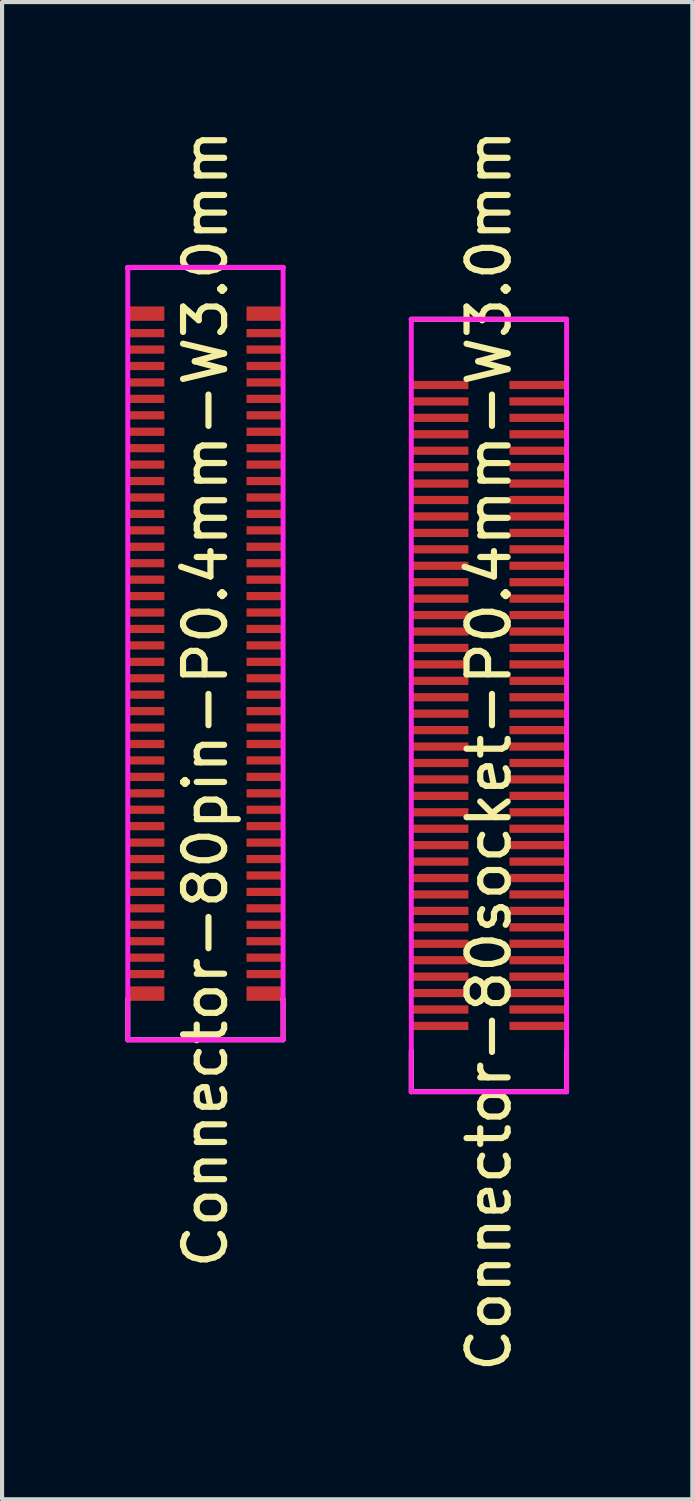
<source format=kicad_pcb>
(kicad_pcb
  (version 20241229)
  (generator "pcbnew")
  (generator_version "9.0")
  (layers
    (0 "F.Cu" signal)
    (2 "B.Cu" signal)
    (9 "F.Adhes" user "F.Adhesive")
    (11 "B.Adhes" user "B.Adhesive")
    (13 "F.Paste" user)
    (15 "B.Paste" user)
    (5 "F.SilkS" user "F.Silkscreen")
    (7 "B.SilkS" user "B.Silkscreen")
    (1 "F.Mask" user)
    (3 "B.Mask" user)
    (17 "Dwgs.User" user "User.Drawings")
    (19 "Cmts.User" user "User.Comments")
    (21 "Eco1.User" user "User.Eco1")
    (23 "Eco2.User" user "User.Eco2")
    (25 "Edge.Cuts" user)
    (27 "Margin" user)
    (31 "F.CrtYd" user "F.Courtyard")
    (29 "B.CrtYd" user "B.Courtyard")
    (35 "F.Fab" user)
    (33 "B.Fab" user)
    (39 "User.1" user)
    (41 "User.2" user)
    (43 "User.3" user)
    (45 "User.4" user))
  (footprint "Connector-80pin-P0.4mm-W3.0mm"
    (layer "F.Cu")
    (at 1.95 12.858)
    (property "Reference" "Connector-80pin-P0.4mm-W3.0mm" (at 0 1.1 270) (layer "F.SilkS") (effects (font (size 1 1) (thickness 0.15))))
    (attr smd)
    (fp_line (start -1.89 -9.4) (end 1.89 -9.4) (stroke (width 0.12) (type solid)) (layer "F.SilkS"))
    (fp_line (start -1.89 9.4) (end -1.89 8.4) (stroke (width 0.12) (type solid)) (layer "F.SilkS"))
    (fp_line (start -1.89 9.4) (end 1.89 9.4) (stroke (width 0.12) (type solid)) (layer "F.SilkS"))
    (fp_line (start 1.89 9.4) (end 1.89 8.4) (stroke (width 0.12) (type solid)) (layer "F.SilkS"))
    (fp_line (start -1.89 -9.4) (end 1.89 -9.4) (stroke (width 0.12) (type solid)) (layer "F.CrtYd"))
    (fp_line (start -1.89 9.4) (end -1.89 -9.4) (stroke (width 0.12) (type solid)) (layer "F.CrtYd"))
    (fp_line (start 1.89 -9.4) (end 1.89 9.4) (stroke (width 0.12) (type solid)) (layer "F.CrtYd"))
    (fp_line (start 1.89 9.4) (end -1.89 9.4) (stroke (width 0.12) (type solid)) (layer "F.CrtYd"))
    (pad "1" smd rect (at -1.445 -7.8 270) (size 0.2 0.89) (layers "F.Cu" "F.Mask" "F.Paste"))
    (pad "2" smd rect (at 1.445 -7.8 270) (size 0.2 0.89) (layers "F.Cu" "F.Mask" "F.Paste"))
    (pad "3" smd rect (at -1.445 -7.4 270) (size 0.2 0.89) (layers "F.Cu" "F.Mask" "F.Paste"))
    (pad "4" smd rect (at 1.445 -7.4 270) (size 0.2 0.89) (layers "F.Cu" "F.Mask" "F.Paste"))
    (pad "5" smd rect (at -1.445 -7 270) (size 0.2 0.89) (layers "F.Cu" "F.Mask" "F.Paste"))
    (pad "6" smd rect (at 1.445 -7 270) (size 0.2 0.89) (layers "F.Cu" "F.Mask" "F.Paste"))
    (pad "7" smd rect (at -1.445 -6.6 270) (size 0.2 0.89) (layers "F.Cu" "F.Mask" "F.Paste"))
    (pad "8" smd rect (at 1.445 -6.6 270) (size 0.2 0.89) (layers "F.Cu" "F.Mask" "F.Paste"))
    (pad "9" smd rect (at -1.445 -6.2 270) (size 0.2 0.89) (layers "F.Cu" "F.Mask" "F.Paste"))
    (pad "10" smd rect (at 1.445 -6.2 270) (size 0.2 0.89) (layers "F.Cu" "F.Mask" "F.Paste"))
    (pad "11" smd rect (at -1.445 -5.8 270) (size 0.2 0.89) (layers "F.Cu" "F.Mask" "F.Paste"))
    (pad "12" smd rect (at 1.445 -5.8 270) (size 0.2 0.89) (layers "F.Cu" "F.Mask" "F.Paste"))
    (pad "13" smd rect (at -1.445 -5.4 270) (size 0.2 0.89) (layers "F.Cu" "F.Mask" "F.Paste"))
    (pad "14" smd rect (at 1.445 -5.4 270) (size 0.2 0.89) (layers "F.Cu" "F.Mask" "F.Paste"))
    (pad "15" smd rect (at -1.445 -5 270) (size 0.2 0.89) (layers "F.Cu" "F.Mask" "F.Paste"))
    (pad "16" smd rect (at 1.445 -5 270) (size 0.2 0.89) (layers "F.Cu" "F.Mask" "F.Paste"))
    (pad "17" smd rect (at -1.445 -4.6 270) (size 0.2 0.89) (layers "F.Cu" "F.Mask" "F.Paste"))
    (pad "18" smd rect (at 1.445 -4.6 270) (size 0.2 0.89) (layers "F.Cu" "F.Mask" "F.Paste"))
    (pad "19" smd rect (at -1.445 -4.2 270) (size 0.2 0.89) (layers "F.Cu" "F.Mask" "F.Paste"))
    (pad "20" smd rect (at 1.445 -4.2 270) (size 0.2 0.89) (layers "F.Cu" "F.Mask" "F.Paste"))
    (pad "21" smd rect (at -1.445 -3.8 270) (size 0.2 0.89) (layers "F.Cu" "F.Mask" "F.Paste"))
    (pad "22" smd rect (at 1.445 -3.8 270) (size 0.2 0.89) (layers "F.Cu" "F.Mask" "F.Paste"))
    (pad "23" smd rect (at -1.445 -3.4 270) (size 0.2 0.89) (layers "F.Cu" "F.Mask" "F.Paste"))
    (pad "24" smd rect (at 1.445 -3.4 270) (size 0.2 0.89) (layers "F.Cu" "F.Mask" "F.Paste"))
    (pad "25" smd rect (at -1.445 -3 270) (size 0.2 0.89) (layers "F.Cu" "F.Mask" "F.Paste"))
    (pad "26" smd rect (at 1.445 -3 270) (size 0.2 0.89) (layers "F.Cu" "F.Mask" "F.Paste"))
    (pad "27" smd rect (at -1.445 -2.6 270) (size 0.2 0.89) (layers "F.Cu" "F.Mask" "F.Paste"))
    (pad "28" smd rect (at 1.445 -2.6 270) (size 0.2 0.89) (layers "F.Cu" "F.Mask" "F.Paste"))
    (pad "29" smd rect (at -1.445 -2.2 270) (size 0.2 0.89) (layers "F.Cu" "F.Mask" "F.Paste"))
    (pad "30" smd rect (at 1.445 -2.2 270) (size 0.2 0.89) (layers "F.Cu" "F.Mask" "F.Paste"))
    (pad "31" smd rect (at -1.445 -1.8 270) (size 0.2 0.89) (layers "F.Cu" "F.Mask" "F.Paste"))
    (pad "32" smd rect (at 1.445 -1.8 270) (size 0.2 0.89) (layers "F.Cu" "F.Mask" "F.Paste"))
    (pad "33" smd rect (at -1.445 -1.4 270) (size 0.2 0.89) (layers "F.Cu" "F.Mask" "F.Paste"))
    (pad "34" smd rect (at 1.445 -1.4 270) (size 0.2 0.89) (layers "F.Cu" "F.Mask" "F.Paste"))
    (pad "35" smd rect (at -1.445 -1 270) (size 0.2 0.89) (layers "F.Cu" "F.Mask" "F.Paste"))
    (pad "36" smd rect (at 1.445 -1 270) (size 0.2 0.89) (layers "F.Cu" "F.Mask" "F.Paste"))
    (pad "37" smd rect (at -1.445 -0.6 270) (size 0.2 0.89) (layers "F.Cu" "F.Mask" "F.Paste"))
    (pad "38" smd rect (at 1.445 -0.6 270) (size 0.2 0.89) (layers "F.Cu" "F.Mask" "F.Paste"))
    (pad "39" smd rect (at -1.445 -0.2 270) (size 0.2 0.89) (layers "F.Cu" "F.Mask" "F.Paste"))
    (pad "40" smd rect (at 1.445 -0.2 270) (size 0.2 0.89) (layers "F.Cu" "F.Mask" "F.Paste"))
    (pad "41" smd rect (at -1.445 0.2 270) (size 0.2 0.89) (layers "F.Cu" "F.Mask" "F.Paste"))
    (pad "42" smd rect (at 1.445 0.2 270) (size 0.2 0.89) (layers "F.Cu" "F.Mask" "F.Paste"))
    (pad "43" smd rect (at -1.445 0.6 270) (size 0.2 0.89) (layers "F.Cu" "F.Mask" "F.Paste"))
    (pad "44" smd rect (at 1.445 0.6 270) (size 0.2 0.89) (layers "F.Cu" "F.Mask" "F.Paste"))
    (pad "45" smd rect (at -1.445 1 270) (size 0.2 0.89) (layers "F.Cu" "F.Mask" "F.Paste"))
    (pad "46" smd rect (at 1.445 1 270) (size 0.2 0.89) (layers "F.Cu" "F.Mask" "F.Paste"))
    (pad "47" smd rect (at -1.445 1.4 270) (size 0.2 0.89) (layers "F.Cu" "F.Mask" "F.Paste"))
    (pad "48" smd rect (at 1.445 1.4 270) (size 0.2 0.89) (layers "F.Cu" "F.Mask" "F.Paste"))
    (pad "49" smd rect (at -1.445 1.8 270) (size 0.2 0.89) (layers "F.Cu" "F.Mask" "F.Paste"))
    (pad "50" smd rect (at 1.445 1.8 270) (size 0.2 0.89) (layers "F.Cu" "F.Mask" "F.Paste"))
    (pad "51" smd rect (at -1.445 2.2 270) (size 0.2 0.89) (layers "F.Cu" "F.Mask" "F.Paste"))
    (pad "52" smd rect (at 1.445 2.2 270) (size 0.2 0.89) (layers "F.Cu" "F.Mask" "F.Paste"))
    (pad "53" smd rect (at -1.445 2.6 270) (size 0.2 0.89) (layers "F.Cu" "F.Mask" "F.Paste"))
    (pad "54" smd rect (at 1.445 2.6 270) (size 0.2 0.89) (layers "F.Cu" "F.Mask" "F.Paste"))
    (pad "55" smd rect (at -1.445 3 270) (size 0.2 0.89) (layers "F.Cu" "F.Mask" "F.Paste"))
    (pad "56" smd rect (at 1.445 3 270) (size 0.2 0.89) (layers "F.Cu" "F.Mask" "F.Paste"))
    (pad "57" smd rect (at -1.445 3.4 270) (size 0.2 0.89) (layers "F.Cu" "F.Mask" "F.Paste"))
    (pad "58" smd rect (at 1.445 3.4 270) (size 0.2 0.89) (layers "F.Cu" "F.Mask" "F.Paste"))
    (pad "59" smd rect (at -1.445 3.8 270) (size 0.2 0.89) (layers "F.Cu" "F.Mask" "F.Paste"))
    (pad "60" smd rect (at 1.445 3.8 270) (size 0.2 0.89) (layers "F.Cu" "F.Mask" "F.Paste"))
    (pad "61" smd rect (at -1.445 4.2 270) (size 0.2 0.89) (layers "F.Cu" "F.Mask" "F.Paste"))
    (pad "62" smd rect (at 1.445 4.2 270) (size 0.2 0.89) (layers "F.Cu" "F.Mask" "F.Paste"))
    (pad "63" smd rect (at -1.445 4.6 270) (size 0.2 0.89) (layers "F.Cu" "F.Mask" "F.Paste"))
    (pad "64" smd rect (at 1.445 4.6 270) (size 0.2 0.89) (layers "F.Cu" "F.Mask" "F.Paste"))
    (pad "65" smd rect (at -1.445 5 270) (size 0.2 0.89) (layers "F.Cu" "F.Mask" "F.Paste"))
    (pad "66" smd rect (at 1.445 5 270) (size 0.2 0.89) (layers "F.Cu" "F.Mask" "F.Paste"))
    (pad "67" smd rect (at -1.445 5.4 270) (size 0.2 0.89) (layers "F.Cu" "F.Mask" "F.Paste"))
    (pad "68" smd rect (at 1.445 5.4 270) (size 0.2 0.89) (layers "F.Cu" "F.Mask" "F.Paste"))
    (pad "69" smd rect (at -1.445 5.8 270) (size 0.2 0.89) (layers "F.Cu" "F.Mask" "F.Paste"))
    (pad "70" smd rect (at 1.445 5.8 270) (size 0.2 0.89) (layers "F.Cu" "F.Mask" "F.Paste"))
    (pad "71" smd rect (at -1.445 6.2 270) (size 0.2 0.89) (layers "F.Cu" "F.Mask" "F.Paste"))
    (pad "72" smd rect (at 1.445 6.2 270) (size 0.2 0.89) (layers "F.Cu" "F.Mask" "F.Paste"))
    (pad "73" smd rect (at -1.445 6.6 270) (size 0.2 0.89) (layers "F.Cu" "F.Mask" "F.Paste"))
    (pad "74" smd rect (at 1.445 6.6 270) (size 0.2 0.89) (layers "F.Cu" "F.Mask" "F.Paste"))
    (pad "75" smd rect (at -1.445 7 270) (size 0.2 0.89) (layers "F.Cu" "F.Mask" "F.Paste"))
    (pad "76" smd rect (at 1.445 7 270) (size 0.2 0.89) (layers "F.Cu" "F.Mask" "F.Paste"))
    (pad "77" smd rect (at -1.445 7.4 270) (size 0.2 0.89) (layers "F.Cu" "F.Mask" "F.Paste"))
    (pad "78" smd rect (at 1.445 7.4 270) (size 0.2 0.89) (layers "F.Cu" "F.Mask" "F.Paste"))
    (pad "79" smd rect (at -1.445 7.8 270) (size 0.2 0.89) (layers "F.Cu" "F.Mask" "F.Paste"))
    (pad "80" smd rect (at 1.445 7.8 270) (size 0.2 0.89) (layers "F.Cu" "F.Mask" "F.Paste"))
    (pad "NC" smd rect (at -1.445 -8.275 270) (size 0.35 0.89) (layers "F.Cu" "F.Mask" "F.Paste"))
    (pad "NC" smd rect (at -1.445 8.275 270) (size 0.35 0.89) (layers "F.Cu" "F.Mask" "F.Paste"))
    (pad "NC" smd rect (at 1.445 -8.275 270) (size 0.35 0.89) (layers "F.Cu" "F.Mask" "F.Paste"))
    (pad "NC" smd rect (at 1.445 8.275 270) (size 0.35 0.89) (layers "F.Cu" "F.Mask" "F.Paste")))
  (footprint "Connector-80socket-P0.4mm-W3.0mm"
    (layer "F.Cu")
    (at 8.85 14.12)
    (property "Reference" "Connector-80socket-P0.4mm-W3.0mm" (at 0 1.1 270) (layer "F.SilkS") (effects (font (size 1 1) (thickness 0.15))))
    (attr smd)
    (fp_line (start -1.89 -9.4) (end 1.89 -9.4) (stroke (width 0.12) (type solid)) (layer "F.SilkS"))
    (fp_line (start -1.89 9.4) (end -1.89 8.4) (stroke (width 0.12) (type solid)) (layer "F.SilkS"))
    (fp_line (start -1.89 9.4) (end 1.89 9.4) (stroke (width 0.12) (type solid)) (layer "F.SilkS"))
    (fp_line (start 1.89 9.4) (end 1.89 8.4) (stroke (width 0.12) (type solid)) (layer "F.SilkS"))
    (fp_line (start -1.89 -9.4) (end 1.89 -9.4) (stroke (width 0.12) (type solid)) (layer "F.CrtYd"))
    (fp_line (start -1.89 9.4) (end -1.89 -9.4) (stroke (width 0.12) (type solid)) (layer "F.CrtYd"))
    (fp_line (start 1.89 -9.4) (end 1.89 9.4) (stroke (width 0.12) (type solid)) (layer "F.CrtYd"))
    (fp_line (start 1.89 9.4) (end -1.89 9.4) (stroke (width 0.12) (type solid)) (layer "F.CrtYd"))
    (pad "1" smd rect (at -1.195 -7.8 270) (size 0.2 1.39) (layers "F.Cu" "F.Mask" "F.Paste"))
    (pad "2" smd rect (at 1.195 -7.8 270) (size 0.2 1.39) (layers "F.Cu" "F.Mask" "F.Paste"))
    (pad "3" smd rect (at -1.195 -7.4 270) (size 0.2 1.39) (layers "F.Cu" "F.Mask" "F.Paste"))
    (pad "4" smd rect (at 1.195 -7.4 270) (size 0.2 1.39) (layers "F.Cu" "F.Mask" "F.Paste"))
    (pad "5" smd rect (at -1.195 -7 270) (size 0.2 1.39) (layers "F.Cu" "F.Mask" "F.Paste"))
    (pad "6" smd rect (at 1.195 -7 270) (size 0.2 1.39) (layers "F.Cu" "F.Mask" "F.Paste"))
    (pad "7" smd rect (at -1.195 -6.6 270) (size 0.2 1.39) (layers "F.Cu" "F.Mask" "F.Paste"))
    (pad "8" smd rect (at 1.195 -6.6 270) (size 0.2 1.39) (layers "F.Cu" "F.Mask" "F.Paste"))
    (pad "9" smd rect (at -1.195 -6.2 270) (size 0.2 1.39) (layers "F.Cu" "F.Mask" "F.Paste"))
    (pad "10" smd rect (at 1.195 -6.2 270) (size 0.2 1.39) (layers "F.Cu" "F.Mask" "F.Paste"))
    (pad "11" smd rect (at -1.195 -5.8 270) (size 0.2 1.39) (layers "F.Cu" "F.Mask" "F.Paste"))
    (pad "12" smd rect (at 1.195 -5.8 270) (size 0.2 1.39) (layers "F.Cu" "F.Mask" "F.Paste"))
    (pad "13" smd rect (at -1.195 -5.4 270) (size 0.2 1.39) (layers "F.Cu" "F.Mask" "F.Paste"))
    (pad "14" smd rect (at 1.195 -5.4 270) (size 0.2 1.39) (layers "F.Cu" "F.Mask" "F.Paste"))
    (pad "15" smd rect (at -1.195 -5 270) (size 0.2 1.39) (layers "F.Cu" "F.Mask" "F.Paste"))
    (pad "16" smd rect (at 1.195 -5 270) (size 0.2 1.39) (layers "F.Cu" "F.Mask" "F.Paste"))
    (pad "17" smd rect (at -1.195 -4.6 270) (size 0.2 1.39) (layers "F.Cu" "F.Mask" "F.Paste"))
    (pad "18" smd rect (at 1.195 -4.6 270) (size 0.2 1.39) (layers "F.Cu" "F.Mask" "F.Paste"))
    (pad "19" smd rect (at -1.195 -4.2 270) (size 0.2 1.39) (layers "F.Cu" "F.Mask" "F.Paste"))
    (pad "20" smd rect (at 1.195 -4.2 270) (size 0.2 1.39) (layers "F.Cu" "F.Mask" "F.Paste"))
    (pad "21" smd rect (at -1.195 -3.8 270) (size 0.2 1.39) (layers "F.Cu" "F.Mask" "F.Paste"))
    (pad "22" smd rect (at 1.195 -3.8 270) (size 0.2 1.39) (layers "F.Cu" "F.Mask" "F.Paste"))
    (pad "23" smd rect (at -1.195 -3.4 270) (size 0.2 1.39) (layers "F.Cu" "F.Mask" "F.Paste"))
    (pad "24" smd rect (at 1.195 -3.4 270) (size 0.2 1.39) (layers "F.Cu" "F.Mask" "F.Paste"))
    (pad "25" smd rect (at -1.195 -3 270) (size 0.2 1.39) (layers "F.Cu" "F.Mask" "F.Paste"))
    (pad "26" smd rect (at 1.195 -3 270) (size 0.2 1.39) (layers "F.Cu" "F.Mask" "F.Paste"))
    (pad "27" smd rect (at -1.195 -2.6 270) (size 0.2 1.39) (layers "F.Cu" "F.Mask" "F.Paste"))
    (pad "28" smd rect (at 1.195 -2.6 270) (size 0.2 1.39) (layers "F.Cu" "F.Mask" "F.Paste"))
    (pad "29" smd rect (at -1.195 -2.2 270) (size 0.2 1.39) (layers "F.Cu" "F.Mask" "F.Paste"))
    (pad "30" smd rect (at 1.195 -2.2 270) (size 0.2 1.39) (layers "F.Cu" "F.Mask" "F.Paste"))
    (pad "31" smd rect (at -1.195 -1.8 270) (size 0.2 1.39) (layers "F.Cu" "F.Mask" "F.Paste"))
    (pad "32" smd rect (at 1.195 -1.8 270) (size 0.2 1.39) (layers "F.Cu" "F.Mask" "F.Paste"))
    (pad "33" smd rect (at -1.195 -1.4 270) (size 0.2 1.39) (layers "F.Cu" "F.Mask" "F.Paste"))
    (pad "34" smd rect (at 1.195 -1.4 270) (size 0.2 1.39) (layers "F.Cu" "F.Mask" "F.Paste"))
    (pad "35" smd rect (at -1.195 -1 270) (size 0.2 1.39) (layers "F.Cu" "F.Mask" "F.Paste"))
    (pad "36" smd rect (at 1.195 -1 270) (size 0.2 1.39) (layers "F.Cu" "F.Mask" "F.Paste"))
    (pad "37" smd rect (at -1.195 -0.6 270) (size 0.2 1.39) (layers "F.Cu" "F.Mask" "F.Paste"))
    (pad "38" smd rect (at 1.195 -0.6 270) (size 0.2 1.39) (layers "F.Cu" "F.Mask" "F.Paste"))
    (pad "39" smd rect (at -1.195 -0.2 270) (size 0.2 1.39) (layers "F.Cu" "F.Mask" "F.Paste"))
    (pad "40" smd rect (at 1.195 -0.2 270) (size 0.2 1.39) (layers "F.Cu" "F.Mask" "F.Paste"))
    (pad "41" smd rect (at -1.195 0.2 270) (size 0.2 1.39) (layers "F.Cu" "F.Mask" "F.Paste"))
    (pad "42" smd rect (at 1.195 0.2 270) (size 0.2 1.39) (layers "F.Cu" "F.Mask" "F.Paste"))
    (pad "43" smd rect (at -1.195 0.6 270) (size 0.2 1.39) (layers "F.Cu" "F.Mask" "F.Paste"))
    (pad "44" smd rect (at 1.195 0.6 270) (size 0.2 1.39) (layers "F.Cu" "F.Mask" "F.Paste"))
    (pad "45" smd rect (at -1.195 1 270) (size 0.2 1.39) (layers "F.Cu" "F.Mask" "F.Paste"))
    (pad "46" smd rect (at 1.195 1 270) (size 0.2 1.39) (layers "F.Cu" "F.Mask" "F.Paste"))
    (pad "47" smd rect (at -1.195 1.4 270) (size 0.2 1.39) (layers "F.Cu" "F.Mask" "F.Paste"))
    (pad "48" smd rect (at 1.195 1.4 270) (size 0.2 1.39) (layers "F.Cu" "F.Mask" "F.Paste"))
    (pad "49" smd rect (at -1.195 1.8 270) (size 0.2 1.39) (layers "F.Cu" "F.Mask" "F.Paste"))
    (pad "50" smd rect (at 1.195 1.8 270) (size 0.2 1.39) (layers "F.Cu" "F.Mask" "F.Paste"))
    (pad "51" smd rect (at -1.195 2.2 270) (size 0.2 1.39) (layers "F.Cu" "F.Mask" "F.Paste"))
    (pad "52" smd rect (at 1.195 2.2 270) (size 0.2 1.39) (layers "F.Cu" "F.Mask" "F.Paste"))
    (pad "53" smd rect (at -1.195 2.6 270) (size 0.2 1.39) (layers "F.Cu" "F.Mask" "F.Paste"))
    (pad "54" smd rect (at 1.195 2.6 270) (size 0.2 1.39) (layers "F.Cu" "F.Mask" "F.Paste"))
    (pad "55" smd rect (at -1.195 3 270) (size 0.2 1.39) (layers "F.Cu" "F.Mask" "F.Paste"))
    (pad "56" smd rect (at 1.195 3 270) (size 0.2 1.39) (layers "F.Cu" "F.Mask" "F.Paste"))
    (pad "57" smd rect (at -1.195 3.4 270) (size 0.2 1.39) (layers "F.Cu" "F.Mask" "F.Paste"))
    (pad "58" smd rect (at 1.195 3.4 270) (size 0.2 1.39) (layers "F.Cu" "F.Mask" "F.Paste"))
    (pad "59" smd rect (at -1.195 3.8 270) (size 0.2 1.39) (layers "F.Cu" "F.Mask" "F.Paste"))
    (pad "60" smd rect (at 1.195 3.8 270) (size 0.2 1.39) (layers "F.Cu" "F.Mask" "F.Paste"))
    (pad "61" smd rect (at -1.195 4.2 270) (size 0.2 1.39) (layers "F.Cu" "F.Mask" "F.Paste"))
    (pad "62" smd rect (at 1.195 4.2 270) (size 0.2 1.39) (layers "F.Cu" "F.Mask" "F.Paste"))
    (pad "63" smd rect (at -1.195 4.6 270) (size 0.2 1.39) (layers "F.Cu" "F.Mask" "F.Paste"))
    (pad "64" smd rect (at 1.195 4.6 270) (size 0.2 1.39) (layers "F.Cu" "F.Mask" "F.Paste"))
    (pad "65" smd rect (at -1.195 5 270) (size 0.2 1.39) (layers "F.Cu" "F.Mask" "F.Paste"))
    (pad "66" smd rect (at 1.195 5 270) (size 0.2 1.39) (layers "F.Cu" "F.Mask" "F.Paste"))
    (pad "67" smd rect (at -1.195 5.4 270) (size 0.2 1.39) (layers "F.Cu" "F.Mask" "F.Paste"))
    (pad "68" smd rect (at 1.195 5.4 270) (size 0.2 1.39) (layers "F.Cu" "F.Mask" "F.Paste"))
    (pad "69" smd rect (at -1.195 5.8 270) (size 0.2 1.39) (layers "F.Cu" "F.Mask" "F.Paste"))
    (pad "70" smd rect (at 1.195 5.8 270) (size 0.2 1.39) (layers "F.Cu" "F.Mask" "F.Paste"))
    (pad "71" smd rect (at -1.195 6.2 270) (size 0.2 1.39) (layers "F.Cu" "F.Mask" "F.Paste"))
    (pad "72" smd rect (at 1.195 6.2 270) (size 0.2 1.39) (layers "F.Cu" "F.Mask" "F.Paste"))
    (pad "73" smd rect (at -1.195 6.6 270) (size 0.2 1.39) (layers "F.Cu" "F.Mask" "F.Paste"))
    (pad "74" smd rect (at 1.195 6.6 270) (size 0.2 1.39) (layers "F.Cu" "F.Mask" "F.Paste"))
    (pad "75" smd rect (at -1.195 7 270) (size 0.2 1.39) (layers "F.Cu" "F.Mask" "F.Paste"))
    (pad "76" smd rect (at 1.195 7 270) (size 0.2 1.39) (layers "F.Cu" "F.Mask" "F.Paste"))
    (pad "77" smd rect (at -1.195 7.4 270) (size 0.2 1.39) (layers "F.Cu" "F.Mask" "F.Paste"))
    (pad "78" smd rect (at 1.195 7.4 270) (size 0.2 1.39) (layers "F.Cu" "F.Mask" "F.Paste"))
    (pad "79" smd rect (at -1.195 7.8 270) (size 0.2 1.39) (layers "F.Cu" "F.Mask" "F.Paste"))
    (pad "80" smd rect (at 1.195 7.8 270) (size 0.2 1.39) (layers "F.Cu" "F.Mask" "F.Paste")))
  (gr_rect
    (start -3 -3)
    (end 13.8 33.44)
    (stroke (width 0.1) (type default))
    (fill no)
    (layer "Edge.Cuts")))
</source>
